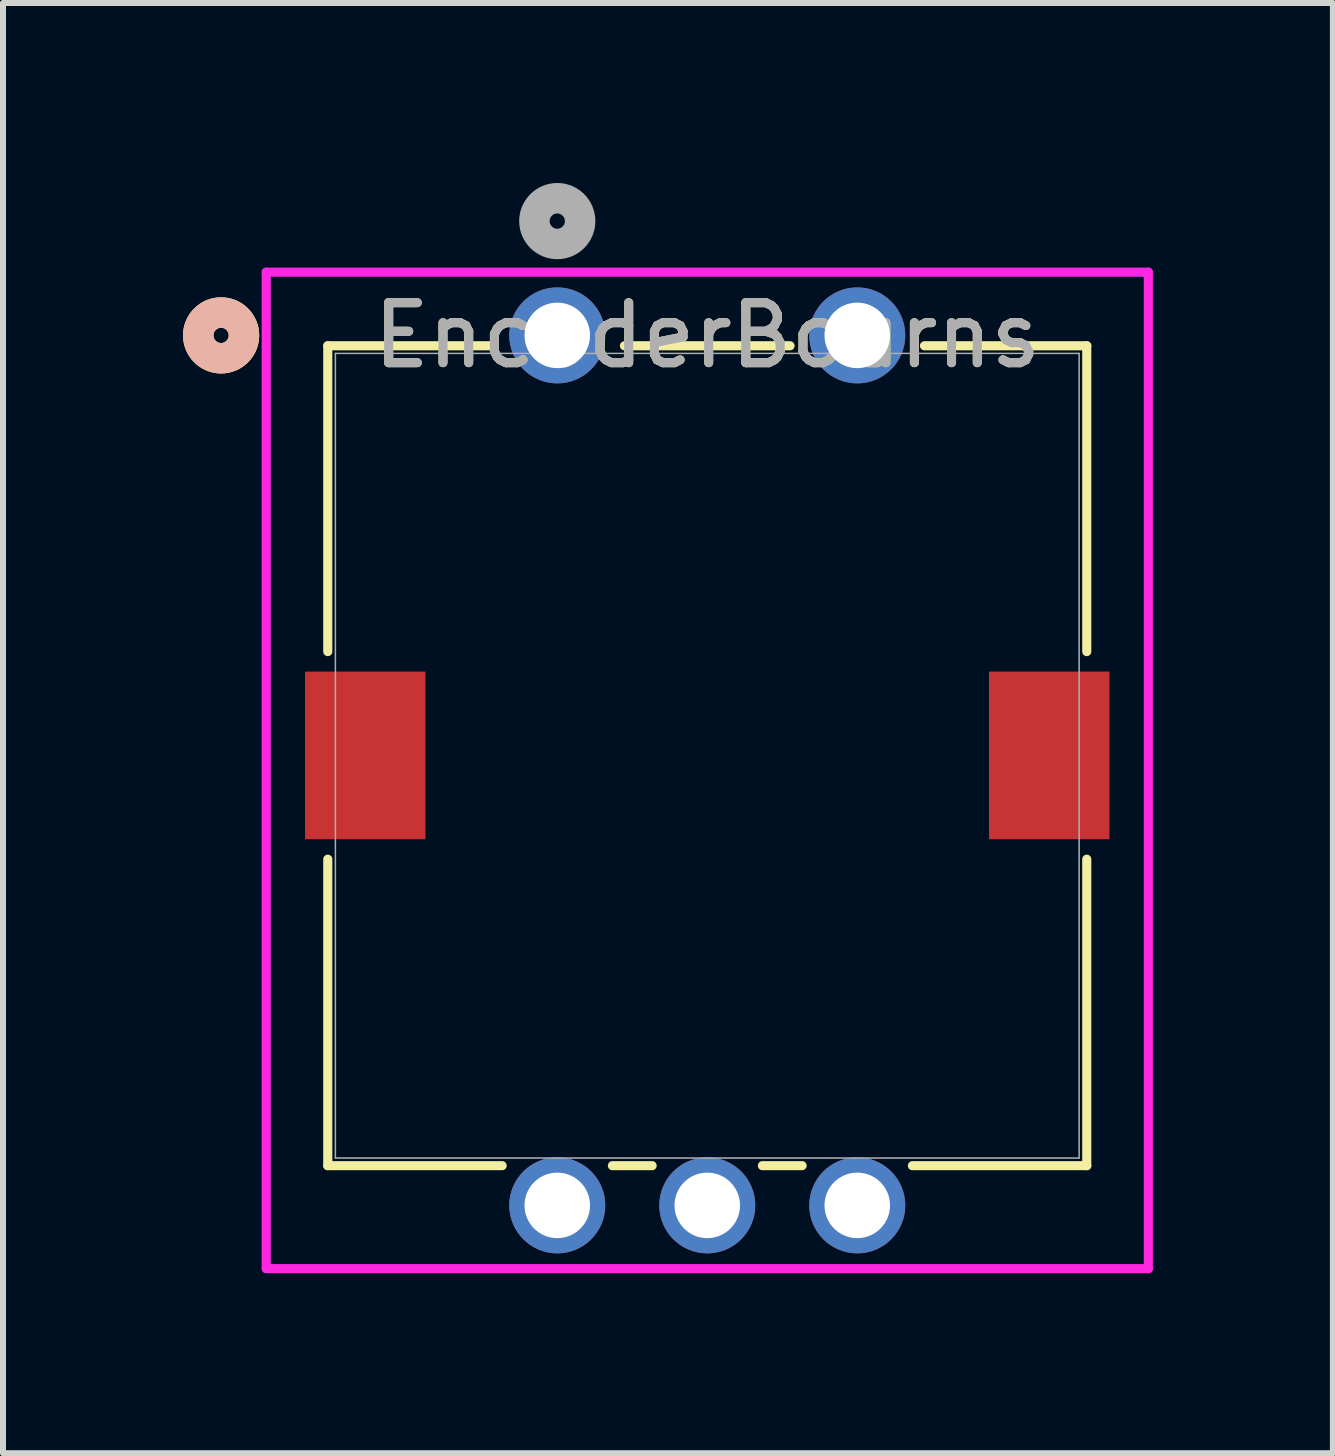
<source format=kicad_pcb>
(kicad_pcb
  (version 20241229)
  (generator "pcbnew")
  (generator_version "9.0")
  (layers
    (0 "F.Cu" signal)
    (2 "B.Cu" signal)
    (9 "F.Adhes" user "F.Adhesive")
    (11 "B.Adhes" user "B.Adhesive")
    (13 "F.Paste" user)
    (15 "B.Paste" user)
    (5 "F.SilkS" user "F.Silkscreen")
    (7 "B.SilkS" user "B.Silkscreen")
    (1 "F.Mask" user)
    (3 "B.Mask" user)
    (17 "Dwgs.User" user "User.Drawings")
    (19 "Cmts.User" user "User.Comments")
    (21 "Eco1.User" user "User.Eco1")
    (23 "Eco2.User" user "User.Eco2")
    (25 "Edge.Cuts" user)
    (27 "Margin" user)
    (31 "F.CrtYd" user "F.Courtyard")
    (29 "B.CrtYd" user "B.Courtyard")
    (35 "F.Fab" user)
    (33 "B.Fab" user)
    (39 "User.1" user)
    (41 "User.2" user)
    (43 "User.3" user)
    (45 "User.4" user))
  (footprint "EncoderBourns"
    (layer "F.Cu")
    (at 6.238 2.54)
    (property "Reference" "EncoderBourns" (at 2.5 0 0) (unlocked yes) (layer "F.SilkS") (effects (font (size 1 1) (thickness 0.15))))
    (attr through_hole)
    (fp_line (start -3.825 0.173) (end -3.825 5.27) (stroke (width 0.152) (type solid)) (layer "F.SilkS"))
    (fp_line (start -3.825 8.73) (end -3.825 13.838) (stroke (width 0.152) (type solid)) (layer "F.SilkS"))
    (fp_line (start -3.825 13.838) (end -0.919 13.838) (stroke (width 0.152) (type solid)) (layer "F.SilkS"))
    (fp_line (start -1.12 0.173) (end -3.825 0.173) (stroke (width 0.152) (type solid)) (layer "F.SilkS"))
    (fp_line (start 0.919 13.838) (end 1.581 13.838) (stroke (width 0.152) (type solid)) (layer "F.SilkS"))
    (fp_line (start 3.419 13.838) (end 4.081 13.838) (stroke (width 0.152) (type solid)) (layer "F.SilkS"))
    (fp_line (start 3.88 0.173) (end 1.12 0.173) (stroke (width 0.152) (type solid)) (layer "F.SilkS"))
    (fp_line (start 5.919 13.838) (end 8.825 13.838) (stroke (width 0.152) (type solid)) (layer "F.SilkS"))
    (fp_line (start 8.825 0.173) (end 6.12 0.173) (stroke (width 0.152) (type solid)) (layer "F.SilkS"))
    (fp_line (start 8.825 5.27) (end 8.825 0.173) (stroke (width 0.152) (type solid)) (layer "F.SilkS"))
    (fp_line (start 8.825 13.838) (end 8.825 8.73) (stroke (width 0.152) (type solid)) (layer "F.SilkS"))
    (fp_circle (center -5.603 0) (end -5.222 0) (stroke (width 0.508) (type solid)) (fill no) (layer "F.SilkS"))
    (fp_circle (center -5.603 0) (end -5.222 0) (stroke (width 0.508) (type solid)) (fill no) (layer "B.SilkS"))
    (fp_line (start -4.851 -1.054) (end -4.851 15.554) (stroke (width 0.152) (type solid)) (layer "F.CrtYd"))
    (fp_line (start -4.851 15.554) (end 9.851 15.554) (stroke (width 0.152) (type solid)) (layer "F.CrtYd"))
    (fp_line (start 9.851 -1.054) (end -4.851 -1.054) (stroke (width 0.152) (type solid)) (layer "F.CrtYd"))
    (fp_line (start 9.851 15.554) (end 9.851 -1.054) (stroke (width 0.152) (type solid)) (layer "F.CrtYd"))
    (fp_line (start -3.698 0.3) (end -3.698 13.711) (stroke (width 0.025) (type solid)) (layer "F.Fab"))
    (fp_line (start -3.698 13.711) (end 8.698 13.711) (stroke (width 0.025) (type solid)) (layer "F.Fab"))
    (fp_line (start 8.698 0.3) (end -3.698 0.3) (stroke (width 0.025) (type solid)) (layer "F.Fab"))
    (fp_line (start 8.698 13.711) (end 8.698 0.3) (stroke (width 0.025) (type solid)) (layer "F.Fab"))
    (fp_circle (center 0 -1.905) (end 0.381 -1.905) (stroke (width 0.508) (type solid)) (fill no) (layer "F.Fab"))
    (fp_text user "${REFERENCE}" (at 2.5 0 0) (unlocked yes) (layer "F.Fab") (effects (font (size 1 1) (thickness 0.15))))
    (pad "1" thru_hole circle (at 0 0) (size 1.6 1.6) (drill 1.092) (layers "*.Cu" "*.Mask"))
    (pad "2" thru_hole circle (at 5 0) (size 1.6 1.6) (drill 1.092) (layers "*.Cu" "*.Mask"))
    (pad "3" smd rect (at -3.2 7 90) (size 2.794 2.007) (layers "F.Cu" "F.Mask" "F.Paste"))
    (pad "4" smd rect (at 8.2 7 90) (size 2.794 2.007) (layers "F.Cu" "F.Mask" "F.Paste"))
    (pad "5" thru_hole circle (at 0 14.5 90) (size 1.6 1.6) (drill 1.092) (layers "*.Cu" "*.Mask"))
    (pad "6" thru_hole circle (at 2.5 14.5 90) (size 1.6 1.6) (drill 1.092) (layers "*.Cu" "*.Mask"))
    (pad "7" thru_hole circle (at 5 14.5 90) (size 1.6 1.6) (drill 1.092) (layers "*.Cu" "*.Mask")))
  (gr_rect
    (start -3 -3)
    (end 19.165 21.17)
    (stroke (width 0.1) (type default))
    (fill no)
    (layer "Edge.Cuts")))
</source>
